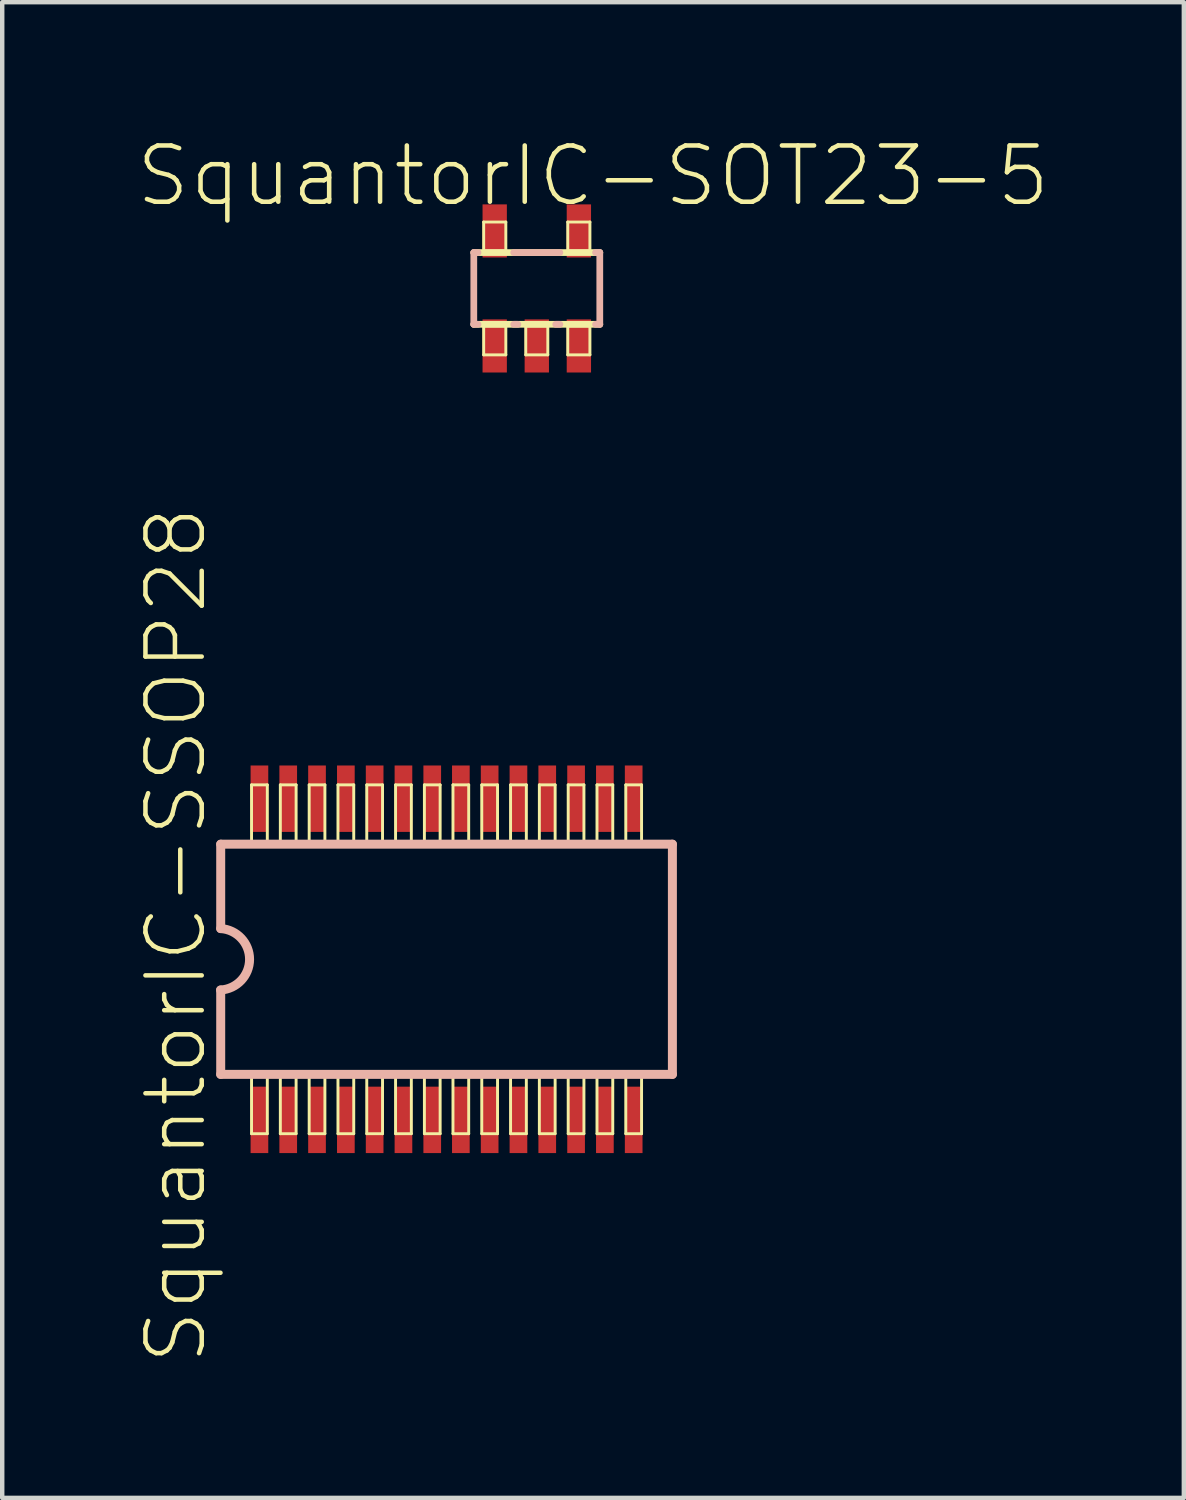
<source format=kicad_pcb>
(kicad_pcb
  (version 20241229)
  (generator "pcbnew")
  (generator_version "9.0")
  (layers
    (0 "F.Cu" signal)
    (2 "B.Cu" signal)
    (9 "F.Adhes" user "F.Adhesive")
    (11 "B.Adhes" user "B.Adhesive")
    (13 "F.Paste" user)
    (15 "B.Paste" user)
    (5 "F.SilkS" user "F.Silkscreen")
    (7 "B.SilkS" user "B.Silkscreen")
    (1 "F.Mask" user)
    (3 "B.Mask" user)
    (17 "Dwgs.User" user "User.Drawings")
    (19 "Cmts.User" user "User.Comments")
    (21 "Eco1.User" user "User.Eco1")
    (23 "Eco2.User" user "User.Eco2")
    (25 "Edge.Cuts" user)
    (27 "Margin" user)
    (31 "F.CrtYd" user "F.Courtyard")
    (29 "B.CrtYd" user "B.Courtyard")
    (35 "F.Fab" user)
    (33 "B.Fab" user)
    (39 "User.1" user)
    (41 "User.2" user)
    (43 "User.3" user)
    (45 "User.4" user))
  (footprint "SquantorIC-SSOP28"
    (layer "F.Cu")
    (at 7.03 18.604)
    (property "Reference" "SquantorIC-SSOP28" (at -6.109 -0.544 90) (layer "F.SilkS") (effects (font (size 1.27 1.27) (thickness 0.102))))
    (attr smd)
    (fp_line (start -4.402 -3.937) (end -4.046 -3.937) (stroke (width 0.066) (type solid)) (layer "F.SilkS"))
    (fp_line (start -4.402 -2.642) (end -4.402 -3.937) (stroke (width 0.066) (type solid)) (layer "F.SilkS"))
    (fp_line (start -4.402 -2.642) (end -4.046 -2.642) (stroke (width 0.066) (type solid)) (layer "F.SilkS"))
    (fp_line (start -4.402 2.642) (end -4.046 2.642) (stroke (width 0.066) (type solid)) (layer "F.SilkS"))
    (fp_line (start -4.402 3.937) (end -4.402 2.642) (stroke (width 0.066) (type solid)) (layer "F.SilkS"))
    (fp_line (start -4.402 3.937) (end -4.046 3.937) (stroke (width 0.066) (type solid)) (layer "F.SilkS"))
    (fp_line (start -4.046 -2.642) (end -4.046 -3.937) (stroke (width 0.066) (type solid)) (layer "F.SilkS"))
    (fp_line (start -4.046 3.937) (end -4.046 2.642) (stroke (width 0.066) (type solid)) (layer "F.SilkS"))
    (fp_line (start -3.752 -3.937) (end -3.396 -3.937) (stroke (width 0.066) (type solid)) (layer "F.SilkS"))
    (fp_line (start -3.752 -2.642) (end -3.752 -3.937) (stroke (width 0.066) (type solid)) (layer "F.SilkS"))
    (fp_line (start -3.752 -2.642) (end -3.396 -2.642) (stroke (width 0.066) (type solid)) (layer "F.SilkS"))
    (fp_line (start -3.752 2.642) (end -3.396 2.642) (stroke (width 0.066) (type solid)) (layer "F.SilkS"))
    (fp_line (start -3.752 3.937) (end -3.752 2.642) (stroke (width 0.066) (type solid)) (layer "F.SilkS"))
    (fp_line (start -3.752 3.937) (end -3.396 3.937) (stroke (width 0.066) (type solid)) (layer "F.SilkS"))
    (fp_line (start -3.396 -2.642) (end -3.396 -3.937) (stroke (width 0.066) (type solid)) (layer "F.SilkS"))
    (fp_line (start -3.396 3.937) (end -3.396 2.642) (stroke (width 0.066) (type solid)) (layer "F.SilkS"))
    (fp_line (start -3.101 -3.937) (end -2.746 -3.937) (stroke (width 0.066) (type solid)) (layer "F.SilkS"))
    (fp_line (start -3.101 -2.642) (end -3.101 -3.937) (stroke (width 0.066) (type solid)) (layer "F.SilkS"))
    (fp_line (start -3.101 -2.642) (end -2.746 -2.642) (stroke (width 0.066) (type solid)) (layer "F.SilkS"))
    (fp_line (start -3.101 2.642) (end -2.746 2.642) (stroke (width 0.066) (type solid)) (layer "F.SilkS"))
    (fp_line (start -3.101 3.937) (end -3.101 2.642) (stroke (width 0.066) (type solid)) (layer "F.SilkS"))
    (fp_line (start -3.101 3.937) (end -2.746 3.937) (stroke (width 0.066) (type solid)) (layer "F.SilkS"))
    (fp_line (start -2.746 -2.642) (end -2.746 -3.937) (stroke (width 0.066) (type solid)) (layer "F.SilkS"))
    (fp_line (start -2.746 3.937) (end -2.746 2.642) (stroke (width 0.066) (type solid)) (layer "F.SilkS"))
    (fp_line (start -2.451 -3.937) (end -2.095 -3.937) (stroke (width 0.066) (type solid)) (layer "F.SilkS"))
    (fp_line (start -2.451 -2.642) (end -2.451 -3.937) (stroke (width 0.066) (type solid)) (layer "F.SilkS"))
    (fp_line (start -2.451 -2.642) (end -2.095 -2.642) (stroke (width 0.066) (type solid)) (layer "F.SilkS"))
    (fp_line (start -2.451 2.642) (end -2.095 2.642) (stroke (width 0.066) (type solid)) (layer "F.SilkS"))
    (fp_line (start -2.451 3.937) (end -2.451 2.642) (stroke (width 0.066) (type solid)) (layer "F.SilkS"))
    (fp_line (start -2.451 3.937) (end -2.095 3.937) (stroke (width 0.066) (type solid)) (layer "F.SilkS"))
    (fp_line (start -2.095 -2.642) (end -2.095 -3.937) (stroke (width 0.066) (type solid)) (layer "F.SilkS"))
    (fp_line (start -2.095 3.937) (end -2.095 2.642) (stroke (width 0.066) (type solid)) (layer "F.SilkS"))
    (fp_line (start -1.801 -3.937) (end -1.445 -3.937) (stroke (width 0.066) (type solid)) (layer "F.SilkS"))
    (fp_line (start -1.801 -2.642) (end -1.801 -3.937) (stroke (width 0.066) (type solid)) (layer "F.SilkS"))
    (fp_line (start -1.801 -2.642) (end -1.445 -2.642) (stroke (width 0.066) (type solid)) (layer "F.SilkS"))
    (fp_line (start -1.801 2.642) (end -1.445 2.642) (stroke (width 0.066) (type solid)) (layer "F.SilkS"))
    (fp_line (start -1.801 3.937) (end -1.801 2.642) (stroke (width 0.066) (type solid)) (layer "F.SilkS"))
    (fp_line (start -1.801 3.937) (end -1.445 3.937) (stroke (width 0.066) (type solid)) (layer "F.SilkS"))
    (fp_line (start -1.445 -2.642) (end -1.445 -3.937) (stroke (width 0.066) (type solid)) (layer "F.SilkS"))
    (fp_line (start -1.445 3.937) (end -1.445 2.642) (stroke (width 0.066) (type solid)) (layer "F.SilkS"))
    (fp_line (start -1.151 -3.937) (end -0.795 -3.937) (stroke (width 0.066) (type solid)) (layer "F.SilkS"))
    (fp_line (start -1.151 -2.642) (end -1.151 -3.937) (stroke (width 0.066) (type solid)) (layer "F.SilkS"))
    (fp_line (start -1.151 -2.642) (end -0.795 -2.642) (stroke (width 0.066) (type solid)) (layer "F.SilkS"))
    (fp_line (start -1.151 2.642) (end -0.795 2.642) (stroke (width 0.066) (type solid)) (layer "F.SilkS"))
    (fp_line (start -1.151 3.937) (end -1.151 2.642) (stroke (width 0.066) (type solid)) (layer "F.SilkS"))
    (fp_line (start -1.151 3.937) (end -0.795 3.937) (stroke (width 0.066) (type solid)) (layer "F.SilkS"))
    (fp_line (start -0.795 -2.642) (end -0.795 -3.937) (stroke (width 0.066) (type solid)) (layer "F.SilkS"))
    (fp_line (start -0.795 3.937) (end -0.795 2.642) (stroke (width 0.066) (type solid)) (layer "F.SilkS"))
    (fp_line (start -0.5 -3.937) (end -0.145 -3.937) (stroke (width 0.066) (type solid)) (layer "F.SilkS"))
    (fp_line (start -0.5 -2.642) (end -0.5 -3.937) (stroke (width 0.066) (type solid)) (layer "F.SilkS"))
    (fp_line (start -0.5 -2.642) (end -0.145 -2.642) (stroke (width 0.066) (type solid)) (layer "F.SilkS"))
    (fp_line (start -0.5 2.642) (end -0.145 2.642) (stroke (width 0.066) (type solid)) (layer "F.SilkS"))
    (fp_line (start -0.5 3.937) (end -0.5 2.642) (stroke (width 0.066) (type solid)) (layer "F.SilkS"))
    (fp_line (start -0.5 3.937) (end -0.145 3.937) (stroke (width 0.066) (type solid)) (layer "F.SilkS"))
    (fp_line (start -0.145 -2.642) (end -0.145 -3.937) (stroke (width 0.066) (type solid)) (layer "F.SilkS"))
    (fp_line (start -0.145 3.937) (end -0.145 2.642) (stroke (width 0.066) (type solid)) (layer "F.SilkS"))
    (fp_line (start 0.145 -3.937) (end 0.5 -3.937) (stroke (width 0.066) (type solid)) (layer "F.SilkS"))
    (fp_line (start 0.145 -2.642) (end 0.145 -3.937) (stroke (width 0.066) (type solid)) (layer "F.SilkS"))
    (fp_line (start 0.145 -2.642) (end 0.5 -2.642) (stroke (width 0.066) (type solid)) (layer "F.SilkS"))
    (fp_line (start 0.145 2.642) (end 0.5 2.642) (stroke (width 0.066) (type solid)) (layer "F.SilkS"))
    (fp_line (start 0.145 3.937) (end 0.145 2.642) (stroke (width 0.066) (type solid)) (layer "F.SilkS"))
    (fp_line (start 0.145 3.937) (end 0.5 3.937) (stroke (width 0.066) (type solid)) (layer "F.SilkS"))
    (fp_line (start 0.5 -2.642) (end 0.5 -3.937) (stroke (width 0.066) (type solid)) (layer "F.SilkS"))
    (fp_line (start 0.5 3.937) (end 0.5 2.642) (stroke (width 0.066) (type solid)) (layer "F.SilkS"))
    (fp_line (start 0.795 -3.937) (end 1.151 -3.937) (stroke (width 0.066) (type solid)) (layer "F.SilkS"))
    (fp_line (start 0.795 -2.642) (end 0.795 -3.937) (stroke (width 0.066) (type solid)) (layer "F.SilkS"))
    (fp_line (start 0.795 -2.642) (end 1.151 -2.642) (stroke (width 0.066) (type solid)) (layer "F.SilkS"))
    (fp_line (start 0.795 2.642) (end 1.151 2.642) (stroke (width 0.066) (type solid)) (layer "F.SilkS"))
    (fp_line (start 0.795 3.937) (end 0.795 2.642) (stroke (width 0.066) (type solid)) (layer "F.SilkS"))
    (fp_line (start 0.795 3.937) (end 1.151 3.937) (stroke (width 0.066) (type solid)) (layer "F.SilkS"))
    (fp_line (start 1.151 -2.642) (end 1.151 -3.937) (stroke (width 0.066) (type solid)) (layer "F.SilkS"))
    (fp_line (start 1.151 3.937) (end 1.151 2.642) (stroke (width 0.066) (type solid)) (layer "F.SilkS"))
    (fp_line (start 1.445 -3.937) (end 1.801 -3.937) (stroke (width 0.066) (type solid)) (layer "F.SilkS"))
    (fp_line (start 1.445 -2.642) (end 1.445 -3.937) (stroke (width 0.066) (type solid)) (layer "F.SilkS"))
    (fp_line (start 1.445 -2.642) (end 1.801 -2.642) (stroke (width 0.066) (type solid)) (layer "F.SilkS"))
    (fp_line (start 1.445 2.642) (end 1.801 2.642) (stroke (width 0.066) (type solid)) (layer "F.SilkS"))
    (fp_line (start 1.445 3.937) (end 1.445 2.642) (stroke (width 0.066) (type solid)) (layer "F.SilkS"))
    (fp_line (start 1.445 3.937) (end 1.801 3.937) (stroke (width 0.066) (type solid)) (layer "F.SilkS"))
    (fp_line (start 1.801 -2.642) (end 1.801 -3.937) (stroke (width 0.066) (type solid)) (layer "F.SilkS"))
    (fp_line (start 1.801 3.937) (end 1.801 2.642) (stroke (width 0.066) (type solid)) (layer "F.SilkS"))
    (fp_line (start 2.095 -3.937) (end 2.451 -3.937) (stroke (width 0.066) (type solid)) (layer "F.SilkS"))
    (fp_line (start 2.095 -2.642) (end 2.095 -3.937) (stroke (width 0.066) (type solid)) (layer "F.SilkS"))
    (fp_line (start 2.095 -2.642) (end 2.451 -2.642) (stroke (width 0.066) (type solid)) (layer "F.SilkS"))
    (fp_line (start 2.095 2.642) (end 2.451 2.642) (stroke (width 0.066) (type solid)) (layer "F.SilkS"))
    (fp_line (start 2.095 3.937) (end 2.095 2.642) (stroke (width 0.066) (type solid)) (layer "F.SilkS"))
    (fp_line (start 2.095 3.937) (end 2.451 3.937) (stroke (width 0.066) (type solid)) (layer "F.SilkS"))
    (fp_line (start 2.451 -2.642) (end 2.451 -3.937) (stroke (width 0.066) (type solid)) (layer "F.SilkS"))
    (fp_line (start 2.451 3.937) (end 2.451 2.642) (stroke (width 0.066) (type solid)) (layer "F.SilkS"))
    (fp_line (start 2.746 -3.937) (end 3.101 -3.937) (stroke (width 0.066) (type solid)) (layer "F.SilkS"))
    (fp_line (start 2.746 -2.642) (end 2.746 -3.937) (stroke (width 0.066) (type solid)) (layer "F.SilkS"))
    (fp_line (start 2.746 -2.642) (end 3.101 -2.642) (stroke (width 0.066) (type solid)) (layer "F.SilkS"))
    (fp_line (start 2.746 2.642) (end 3.101 2.642) (stroke (width 0.066) (type solid)) (layer "F.SilkS"))
    (fp_line (start 2.746 3.937) (end 2.746 2.642) (stroke (width 0.066) (type solid)) (layer "F.SilkS"))
    (fp_line (start 2.746 3.937) (end 3.101 3.937) (stroke (width 0.066) (type solid)) (layer "F.SilkS"))
    (fp_line (start 3.101 -2.642) (end 3.101 -3.937) (stroke (width 0.066) (type solid)) (layer "F.SilkS"))
    (fp_line (start 3.101 3.937) (end 3.101 2.642) (stroke (width 0.066) (type solid)) (layer "F.SilkS"))
    (fp_line (start 3.396 -3.937) (end 3.752 -3.937) (stroke (width 0.066) (type solid)) (layer "F.SilkS"))
    (fp_line (start 3.396 -2.642) (end 3.396 -3.937) (stroke (width 0.066) (type solid)) (layer "F.SilkS"))
    (fp_line (start 3.396 -2.642) (end 3.752 -2.642) (stroke (width 0.066) (type solid)) (layer "F.SilkS"))
    (fp_line (start 3.396 2.642) (end 3.752 2.642) (stroke (width 0.066) (type solid)) (layer "F.SilkS"))
    (fp_line (start 3.396 3.937) (end 3.396 2.642) (stroke (width 0.066) (type solid)) (layer "F.SilkS"))
    (fp_line (start 3.396 3.937) (end 3.752 3.937) (stroke (width 0.066) (type solid)) (layer "F.SilkS"))
    (fp_line (start 3.752 -2.642) (end 3.752 -3.937) (stroke (width 0.066) (type solid)) (layer "F.SilkS"))
    (fp_line (start 3.752 3.937) (end 3.752 2.642) (stroke (width 0.066) (type solid)) (layer "F.SilkS"))
    (fp_line (start 4.046 -3.937) (end 4.402 -3.937) (stroke (width 0.066) (type solid)) (layer "F.SilkS"))
    (fp_line (start 4.046 -2.642) (end 4.046 -3.937) (stroke (width 0.066) (type solid)) (layer "F.SilkS"))
    (fp_line (start 4.046 -2.642) (end 4.402 -2.642) (stroke (width 0.066) (type solid)) (layer "F.SilkS"))
    (fp_line (start 4.046 2.642) (end 4.402 2.642) (stroke (width 0.066) (type solid)) (layer "F.SilkS"))
    (fp_line (start 4.046 3.937) (end 4.046 2.642) (stroke (width 0.066) (type solid)) (layer "F.SilkS"))
    (fp_line (start 4.046 3.937) (end 4.402 3.937) (stroke (width 0.066) (type solid)) (layer "F.SilkS"))
    (fp_line (start 4.402 -2.642) (end 4.402 -3.937) (stroke (width 0.066) (type solid)) (layer "F.SilkS"))
    (fp_line (start 4.402 3.937) (end 4.402 2.642) (stroke (width 0.066) (type solid)) (layer "F.SilkS"))
    (fp_line (start -5.098 -2.598) (end -5.098 -0.693) (stroke (width 0.203) (type solid)) (layer "B.SilkS"))
    (fp_line (start -5.098 0.693) (end -5.098 2.598) (stroke (width 0.203) (type solid)) (layer "B.SilkS"))
    (fp_line (start -5.098 2.598) (end 5.098 2.598) (stroke (width 0.203) (type solid)) (layer "B.SilkS"))
    (fp_line (start 5.098 -2.598) (end -5.098 -2.598) (stroke (width 0.203) (type solid)) (layer "B.SilkS"))
    (fp_line (start 5.098 2.598) (end 5.098 -2.598) (stroke (width 0.203) (type solid)) (layer "B.SilkS"))
    (fp_arc (start -5.09778 -0.69342) (mid -4.4462 0.00198) (end -5.101733 0.693655) (stroke (width 0.2032) (type solid)) (layer "B.SilkS"))
    (pad "1" smd rect (at -4.224 3.625) (size 0.399 1.499) (layers "F.Cu" "F.Mask" "F.Paste"))
    (pad "2" smd rect (at -3.574 3.625) (size 0.399 1.499) (layers "F.Cu" "F.Mask" "F.Paste"))
    (pad "3" smd rect (at -2.924 3.625) (size 0.399 1.499) (layers "F.Cu" "F.Mask" "F.Paste"))
    (pad "4" smd rect (at -2.273 3.625) (size 0.399 1.499) (layers "F.Cu" "F.Mask" "F.Paste"))
    (pad "5" smd rect (at -1.623 3.625) (size 0.399 1.499) (layers "F.Cu" "F.Mask" "F.Paste"))
    (pad "6" smd rect (at -0.973 3.625) (size 0.399 1.499) (layers "F.Cu" "F.Mask" "F.Paste"))
    (pad "7" smd rect (at -0.323 3.625) (size 0.399 1.499) (layers "F.Cu" "F.Mask" "F.Paste"))
    (pad "8" smd rect (at 0.323 3.625) (size 0.399 1.499) (layers "F.Cu" "F.Mask" "F.Paste"))
    (pad "9" smd rect (at 0.973 3.625) (size 0.399 1.499) (layers "F.Cu" "F.Mask" "F.Paste"))
    (pad "10" smd rect (at 1.623 3.625) (size 0.399 1.499) (layers "F.Cu" "F.Mask" "F.Paste"))
    (pad "11" smd rect (at 2.273 3.625) (size 0.399 1.499) (layers "F.Cu" "F.Mask" "F.Paste"))
    (pad "12" smd rect (at 2.924 3.625) (size 0.399 1.499) (layers "F.Cu" "F.Mask" "F.Paste"))
    (pad "13" smd rect (at 3.574 3.625) (size 0.399 1.499) (layers "F.Cu" "F.Mask" "F.Paste"))
    (pad "14" smd rect (at 4.224 3.625) (size 0.399 1.499) (layers "F.Cu" "F.Mask" "F.Paste"))
    (pad "15" smd rect (at 4.224 -3.625) (size 0.399 1.499) (layers "F.Cu" "F.Mask" "F.Paste"))
    (pad "16" smd rect (at 3.574 -3.625) (size 0.399 1.499) (layers "F.Cu" "F.Mask" "F.Paste"))
    (pad "17" smd rect (at 2.924 -3.625) (size 0.399 1.499) (layers "F.Cu" "F.Mask" "F.Paste"))
    (pad "18" smd rect (at 2.273 -3.625) (size 0.399 1.499) (layers "F.Cu" "F.Mask" "F.Paste"))
    (pad "19" smd rect (at 1.623 -3.625) (size 0.399 1.499) (layers "F.Cu" "F.Mask" "F.Paste"))
    (pad "20" smd rect (at 0.973 -3.625) (size 0.399 1.499) (layers "F.Cu" "F.Mask" "F.Paste"))
    (pad "21" smd rect (at 0.323 -3.625) (size 0.399 1.499) (layers "F.Cu" "F.Mask" "F.Paste"))
    (pad "22" smd rect (at -0.323 -3.625) (size 0.399 1.499) (layers "F.Cu" "F.Mask" "F.Paste"))
    (pad "23" smd rect (at -0.973 -3.625) (size 0.399 1.499) (layers "F.Cu" "F.Mask" "F.Paste"))
    (pad "24" smd rect (at -1.623 -3.625) (size 0.399 1.499) (layers "F.Cu" "F.Mask" "F.Paste"))
    (pad "25" smd rect (at -2.273 -3.625) (size 0.399 1.499) (layers "F.Cu" "F.Mask" "F.Paste"))
    (pad "26" smd rect (at -2.924 -3.625) (size 0.399 1.499) (layers "F.Cu" "F.Mask" "F.Paste"))
    (pad "27" smd rect (at -3.574 -3.625) (size 0.399 1.499) (layers "F.Cu" "F.Mask" "F.Paste"))
    (pad "28" smd rect (at -4.224 -3.625) (size 0.399 1.499) (layers "F.Cu" "F.Mask" "F.Paste")))
  (footprint "SquantorIC-SOT23-5"
    (layer "F.Cu")
    (at 9.067 3.461)
    (property "Reference" "SquantorIC-SOT23-5" (at 1.27 -2.54 0) (layer "F.SilkS") (effects (font (size 1.27 1.27) (thickness 0.102))))
    (attr smd)
    (fp_line (start -1.422 -0.81) (end 1.422 -0.81) (stroke (width 0.152) (type solid)) (layer "F.SilkS"))
    (fp_line (start -1.199 -1.499) (end -0.699 -1.499) (stroke (width 0.066) (type solid)) (layer "F.SilkS"))
    (fp_line (start -1.199 -0.848) (end -1.199 -1.499) (stroke (width 0.066) (type solid)) (layer "F.SilkS"))
    (fp_line (start -1.199 -0.848) (end -0.699 -0.848) (stroke (width 0.066) (type solid)) (layer "F.SilkS"))
    (fp_line (start -1.199 0.848) (end -0.699 0.848) (stroke (width 0.066) (type solid)) (layer "F.SilkS"))
    (fp_line (start -1.199 1.499) (end -1.199 0.848) (stroke (width 0.066) (type solid)) (layer "F.SilkS"))
    (fp_line (start -1.199 1.499) (end -0.699 1.499) (stroke (width 0.066) (type solid)) (layer "F.SilkS"))
    (fp_line (start -0.699 -0.848) (end -0.699 -1.499) (stroke (width 0.066) (type solid)) (layer "F.SilkS"))
    (fp_line (start -0.699 1.499) (end -0.699 0.848) (stroke (width 0.066) (type solid)) (layer "F.SilkS"))
    (fp_line (start -0.249 0.848) (end 0.249 0.848) (stroke (width 0.066) (type solid)) (layer "F.SilkS"))
    (fp_line (start -0.249 1.499) (end -0.249 0.848) (stroke (width 0.066) (type solid)) (layer "F.SilkS"))
    (fp_line (start -0.249 1.499) (end 0.249 1.499) (stroke (width 0.066) (type solid)) (layer "F.SilkS"))
    (fp_line (start 0.249 1.499) (end 0.249 0.848) (stroke (width 0.066) (type solid)) (layer "F.SilkS"))
    (fp_line (start 0.699 -1.499) (end 1.199 -1.499) (stroke (width 0.066) (type solid)) (layer "F.SilkS"))
    (fp_line (start 0.699 -0.848) (end 0.699 -1.499) (stroke (width 0.066) (type solid)) (layer "F.SilkS"))
    (fp_line (start 0.699 -0.848) (end 1.199 -0.848) (stroke (width 0.066) (type solid)) (layer "F.SilkS"))
    (fp_line (start 0.699 0.848) (end 1.199 0.848) (stroke (width 0.066) (type solid)) (layer "F.SilkS"))
    (fp_line (start 0.699 1.499) (end 0.699 0.848) (stroke (width 0.066) (type solid)) (layer "F.SilkS"))
    (fp_line (start 0.699 1.499) (end 1.199 1.499) (stroke (width 0.066) (type solid)) (layer "F.SilkS"))
    (fp_line (start 1.199 -0.848) (end 1.199 -1.499) (stroke (width 0.066) (type solid)) (layer "F.SilkS"))
    (fp_line (start 1.199 1.499) (end 1.199 0.848) (stroke (width 0.066) (type solid)) (layer "F.SilkS"))
    (fp_line (start 1.422 0.81) (end -1.422 0.81) (stroke (width 0.152) (type solid)) (layer "F.SilkS"))
    (fp_line (start -1.422 -0.81) (end -1.326 -0.81) (stroke (width 0.152) (type solid)) (layer "B.SilkS"))
    (fp_line (start -1.422 0.81) (end -1.422 -0.81) (stroke (width 0.152) (type solid)) (layer "B.SilkS"))
    (fp_line (start -1.326 0.81) (end -1.422 0.81) (stroke (width 0.152) (type solid)) (layer "B.SilkS"))
    (fp_line (start -0.521 -0.81) (end 0.521 -0.81) (stroke (width 0.152) (type solid)) (layer "B.SilkS"))
    (fp_line (start -0.427 0.81) (end -0.521 0.81) (stroke (width 0.152) (type solid)) (layer "B.SilkS"))
    (fp_line (start 0.521 0.81) (end 0.427 0.81) (stroke (width 0.152) (type solid)) (layer "B.SilkS"))
    (fp_line (start 1.326 -0.81) (end 1.422 -0.81) (stroke (width 0.152) (type solid)) (layer "B.SilkS"))
    (fp_line (start 1.422 -0.81) (end 1.422 0.81) (stroke (width 0.152) (type solid)) (layer "B.SilkS"))
    (fp_line (start 1.422 0.81) (end 1.326 0.81) (stroke (width 0.152) (type solid)) (layer "B.SilkS"))
    (pad "1" smd rect (at -0.95 1.298) (size 0.549 1.199) (layers "F.Cu" "F.Mask" "F.Paste"))
    (pad "2" smd rect (at 0 1.298) (size 0.549 1.199) (layers "F.Cu" "F.Mask" "F.Paste"))
    (pad "3" smd rect (at 0.95 1.298) (size 0.549 1.199) (layers "F.Cu" "F.Mask" "F.Paste"))
    (pad "4" smd rect (at 0.95 -1.298) (size 0.549 1.199) (layers "F.Cu" "F.Mask" "F.Paste"))
    (pad "5" smd rect (at -0.95 -1.298) (size 0.549 1.199) (layers "F.Cu" "F.Mask" "F.Paste")))
  (gr_rect
    (start -3 -3)
    (end 23.673 30.762)
    (stroke (width 0.1) (type default))
    (fill no)
    (layer "Edge.Cuts")))
</source>
